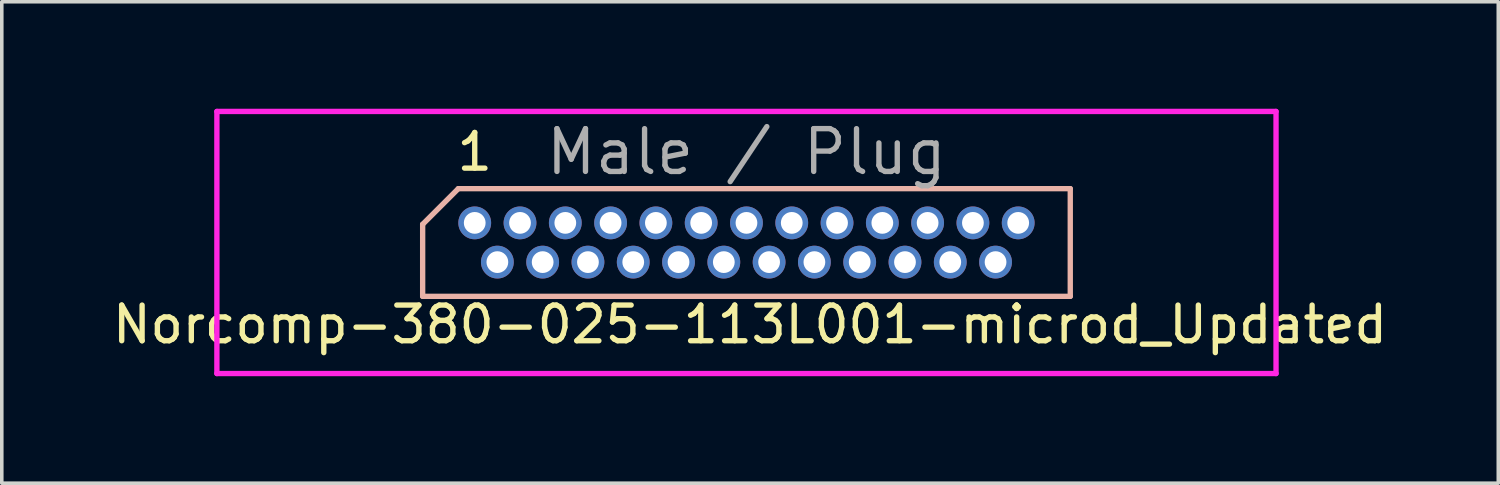
<source format=kicad_pcb>
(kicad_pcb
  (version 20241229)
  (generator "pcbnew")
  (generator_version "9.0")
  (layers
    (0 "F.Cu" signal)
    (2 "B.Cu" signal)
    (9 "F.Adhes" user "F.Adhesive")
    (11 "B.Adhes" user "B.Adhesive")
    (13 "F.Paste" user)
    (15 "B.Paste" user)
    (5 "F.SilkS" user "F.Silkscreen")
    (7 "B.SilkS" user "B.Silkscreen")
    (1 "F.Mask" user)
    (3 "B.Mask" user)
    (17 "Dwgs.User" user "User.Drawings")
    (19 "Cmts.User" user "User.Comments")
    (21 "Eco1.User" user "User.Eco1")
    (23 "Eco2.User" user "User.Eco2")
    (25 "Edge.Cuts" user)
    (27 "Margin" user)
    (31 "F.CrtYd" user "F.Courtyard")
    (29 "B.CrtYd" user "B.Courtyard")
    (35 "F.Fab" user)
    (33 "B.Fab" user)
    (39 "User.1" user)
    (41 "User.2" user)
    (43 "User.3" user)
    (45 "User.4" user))
  (footprint "Norcomp-380-025-113L001-microd_Updated"
    (layer "F.Cu")
    (at 17.882 3.75)
    (property "Reference" "Norcomp-380-025-113L001-microd_Updated" (at 0.1 2.3 0) (layer "F.SilkS") (effects (font (size 1 1) (thickness 0.15))))
    (attr through_hole)
    (fp_line (start -9.08 -0.51) (end -9.08 1.51) (stroke (width 0.15) (type solid)) (layer "B.SilkS"))
    (fp_line (start -9.08 1.51) (end 9.08 1.51) (stroke (width 0.15) (type solid)) (layer "B.SilkS"))
    (fp_line (start -8.08 -1.51) (end -9.08 -0.51) (stroke (width 0.15) (type solid)) (layer "B.SilkS"))
    (fp_line (start 9.08 -1.51) (end -8.08 -1.51) (stroke (width 0.15) (type solid)) (layer "B.SilkS"))
    (fp_line (start 9.08 1.51) (end 9.08 -1.51) (stroke (width 0.15) (type solid)) (layer "B.SilkS"))
    (fp_line (start -14.85 -3.675) (end -14.85 3.675) (stroke (width 0.15) (type solid)) (layer "F.CrtYd"))
    (fp_line (start -14.85 3.675) (end 14.85 3.675) (stroke (width 0.15) (type solid)) (layer "F.CrtYd"))
    (fp_line (start 14.85 -3.675) (end -14.85 -3.675) (stroke (width 0.15) (type solid)) (layer "F.CrtYd"))
    (fp_line (start 14.85 3.675) (end 14.85 -3.675) (stroke (width 0.15) (type solid)) (layer "F.CrtYd"))
    (fp_text user "1" (at -7.62 -2.54 0) (layer "F.SilkS") (effects (font (size 1 1) (thickness 0.15))))
    (fp_text user "Male / Plug" (at 0 -2.54 0) (layer "F.Fab") (effects (font (size 1.2 1.2) (thickness 0.15))))
    (pad "1" thru_hole oval (at -7.62 -0.55) (size 0.92 0.92) (drill 0.61) (layers "*.Cu" "*.Mask"))
    (pad "2" thru_hole oval (at -6.35 -0.55) (size 0.92 0.92) (drill 0.61) (layers "*.Cu" "*.Mask"))
    (pad "3" thru_hole oval (at -5.08 -0.55) (size 0.92 0.92) (drill 0.61) (layers "*.Cu" "*.Mask"))
    (pad "4" thru_hole oval (at -3.81 -0.55) (size 0.92 0.92) (drill 0.61) (layers "*.Cu" "*.Mask"))
    (pad "5" thru_hole oval (at -2.54 -0.55) (size 0.92 0.92) (drill 0.61) (layers "*.Cu" "*.Mask"))
    (pad "6" thru_hole oval (at -1.27 -0.55) (size 0.92 0.92) (drill 0.61) (layers "*.Cu" "*.Mask"))
    (pad "7" thru_hole oval (at 0 -0.55) (size 0.92 0.92) (drill 0.61) (layers "*.Cu" "*.Mask"))
    (pad "8" thru_hole oval (at 1.27 -0.55) (size 0.92 0.92) (drill 0.61) (layers "*.Cu" "*.Mask"))
    (pad "9" thru_hole oval (at 2.54 -0.55) (size 0.92 0.92) (drill 0.61) (layers "*.Cu" "*.Mask"))
    (pad "10" thru_hole oval (at 3.81 -0.55) (size 0.92 0.92) (drill 0.61) (layers "*.Cu" "*.Mask"))
    (pad "11" thru_hole oval (at 5.08 -0.55) (size 0.92 0.92) (drill 0.61) (layers "*.Cu" "*.Mask"))
    (pad "12" thru_hole oval (at 6.35 -0.55) (size 0.92 0.92) (drill 0.61) (layers "*.Cu" "*.Mask"))
    (pad "13" thru_hole oval (at 7.62 -0.55) (size 0.92 0.92) (drill 0.61) (layers "*.Cu" "*.Mask"))
    (pad "14" thru_hole oval (at -6.985 0.55) (size 0.92 0.92) (drill 0.61) (layers "*.Cu" "*.Mask"))
    (pad "15" thru_hole oval (at -5.715 0.55) (size 0.92 0.92) (drill 0.61) (layers "*.Cu" "*.Mask"))
    (pad "16" thru_hole oval (at -4.445 0.55) (size 0.92 0.92) (drill 0.61) (layers "*.Cu" "*.Mask"))
    (pad "17" thru_hole oval (at -3.175 0.55) (size 0.92 0.92) (drill 0.61) (layers "*.Cu" "*.Mask"))
    (pad "18" thru_hole oval (at -1.905 0.55) (size 0.92 0.92) (drill 0.61) (layers "*.Cu" "*.Mask"))
    (pad "19" thru_hole oval (at -0.635 0.55) (size 0.92 0.92) (drill 0.61) (layers "*.Cu" "*.Mask"))
    (pad "20" thru_hole oval (at 0.635 0.55) (size 0.92 0.92) (drill 0.61) (layers "*.Cu" "*.Mask"))
    (pad "21" thru_hole oval (at 1.905 0.55) (size 0.92 0.92) (drill 0.61) (layers "*.Cu" "*.Mask"))
    (pad "22" thru_hole oval (at 3.175 0.55) (size 0.92 0.92) (drill 0.61) (layers "*.Cu" "*.Mask"))
    (pad "23" thru_hole oval (at 4.445 0.55) (size 0.92 0.92) (drill 0.61) (layers "*.Cu" "*.Mask"))
    (pad "24" thru_hole oval (at 5.715 0.55) (size 0.92 0.92) (drill 0.61) (layers "*.Cu" "*.Mask"))
    (pad "25" thru_hole oval (at 6.985 0.55) (size 0.92 0.92) (drill 0.61) (layers "*.Cu" "*.Mask")))
  (gr_rect
    (start -3 -3)
    (end 38.964 10.5)
    (stroke (width 0.1) (type default))
    (fill no)
    (layer "Edge.Cuts")))
</source>
